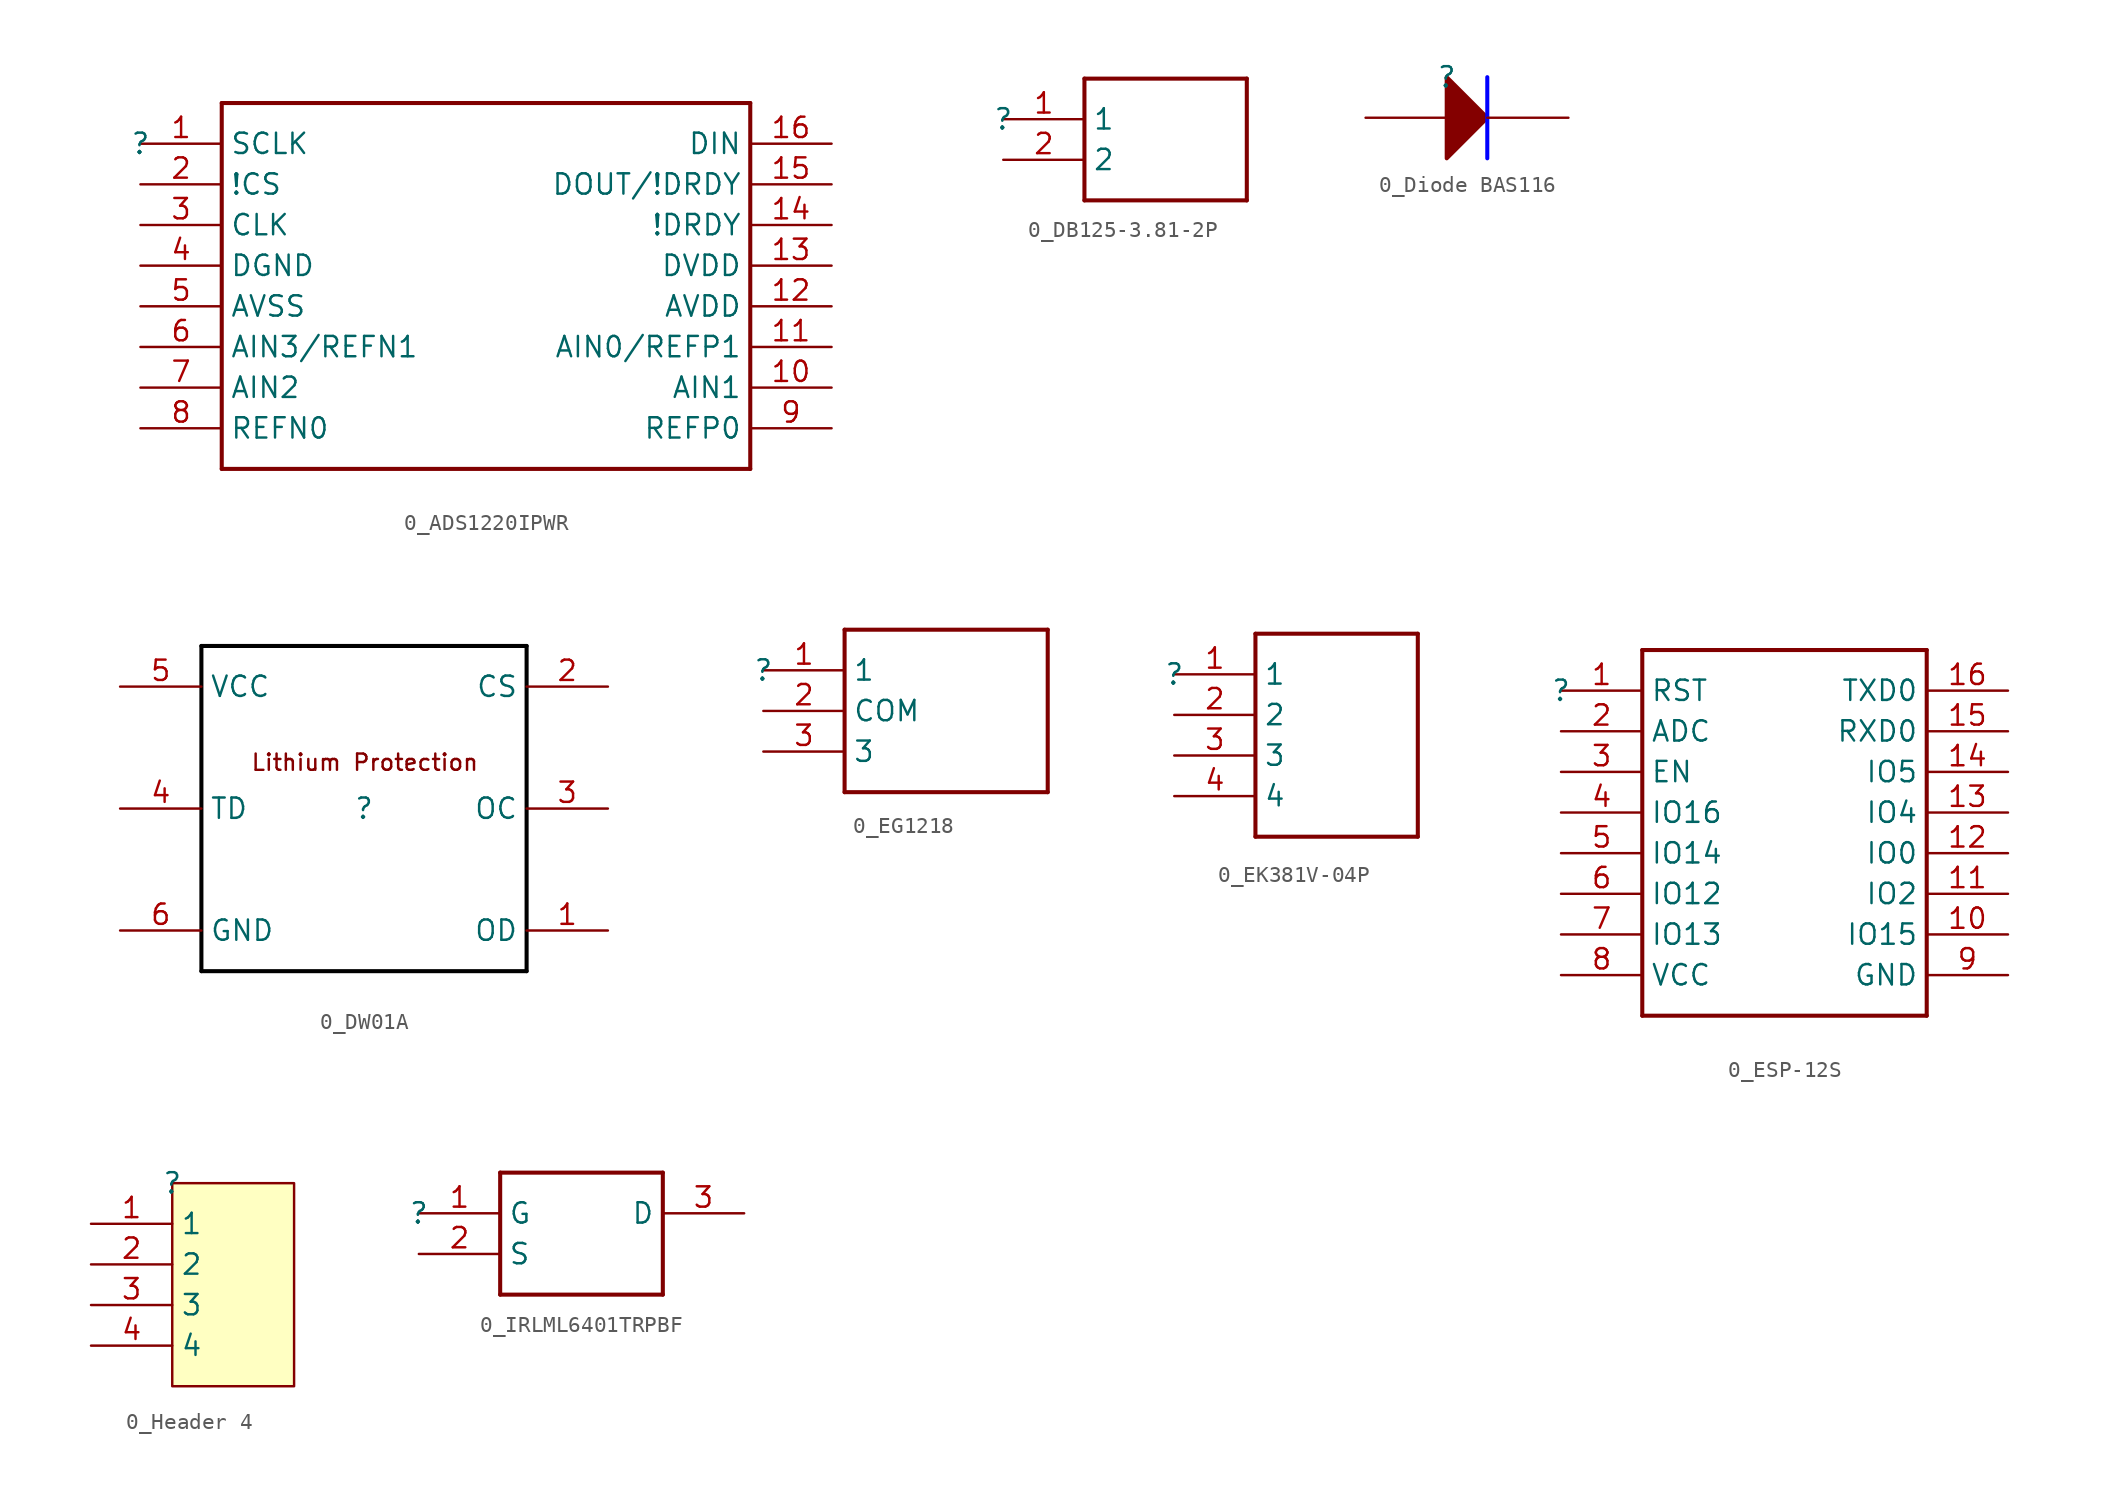
<source format=kicad_sym>
(kicad_symbol_lib
  (version 20220914)
  (generator kicad_symbol_editor)
  (symbol "0_ADS1220IPWR"
    (property "Reference" ""
      (at 0 0 0)
      (effects (font (size 1.27 1.27))))
    (property "Value" ""
      (at 0 0 0)
      (effects (font (size 1.27 1.27))))
    (symbol "0_ADS1220IPWR_1_0"
      (polyline (pts (xy 5.08 -20.32) (xy 5.08 2.54)) (stroke (width 0.254) (type solid) (color 128 0 0 1)) (fill (type none)))
      (polyline (pts (xy 5.08 -20.32) (xy 38.1 -20.32)) (stroke (width 0.254) (type solid) (color 128 0 0 1)) (fill (type none)))
      (polyline (pts (xy 38.1 2.54) (xy 5.08 2.54)) (stroke (width 0.254) (type solid) (color 128 0 0 1)) (fill (type none)))
      (polyline (pts (xy 38.1 2.54) (xy 38.1 -20.32)) (stroke (width 0.254) (type solid) (color 128 0 0 1)) (fill (type none)))
      (pin bidirectional line (at 0 0 0) (length 5.08) (name "SCLK" (effects (font (size 1.27 1.27)))) (number "1" (effects (font (size 1.27 1.27)))))
      (pin bidirectional line (at 43.18 -15.24 180) (length 5.08) (name "AIN1" (effects (font (size 1.27 1.27)))) (number "10" (effects (font (size 1.27 1.27)))))
      (pin bidirectional line (at 43.18 -12.7 180) (length 5.08) (name "AIN0/REFP1" (effects (font (size 1.27 1.27)))) (number "11" (effects (font (size 1.27 1.27)))))
      (pin bidirectional line (at 43.18 -10.16 180) (length 5.08) (name "AVDD" (effects (font (size 1.27 1.27)))) (number "12" (effects (font (size 1.27 1.27)))))
      (pin bidirectional line (at 43.18 -7.62 180) (length 5.08) (name "DVDD" (effects (font (size 1.27 1.27)))) (number "13" (effects (font (size 1.27 1.27)))))
      (pin bidirectional line (at 43.18 -5.08 180) (length 5.08) (name "!DRDY" (effects (font (size 1.27 1.27)))) (number "14" (effects (font (size 1.27 1.27)))))
      (pin bidirectional line (at 43.18 -2.54 180) (length 5.08) (name "DOUT/!DRDY" (effects (font (size 1.27 1.27)))) (number "15" (effects (font (size 1.27 1.27)))))
      (pin bidirectional line (at 43.18 0 180) (length 5.08) (name "DIN" (effects (font (size 1.27 1.27)))) (number "16" (effects (font (size 1.27 1.27)))))
      (pin bidirectional line (at 0 -2.54 0) (length 5.08) (name "!CS" (effects (font (size 1.27 1.27)))) (number "2" (effects (font (size 1.27 1.27)))))
      (pin bidirectional line (at 0 -5.08 0) (length 5.08) (name "CLK" (effects (font (size 1.27 1.27)))) (number "3" (effects (font (size 1.27 1.27)))))
      (pin bidirectional line (at 0 -7.62 0) (length 5.08) (name "DGND" (effects (font (size 1.27 1.27)))) (number "4" (effects (font (size 1.27 1.27)))))
      (pin bidirectional line (at 0 -10.16 0) (length 5.08) (name "AVSS" (effects (font (size 1.27 1.27)))) (number "5" (effects (font (size 1.27 1.27)))))
      (pin bidirectional line (at 0 -12.7 0) (length 5.08) (name "AIN3/REFN1" (effects (font (size 1.27 1.27)))) (number "6" (effects (font (size 1.27 1.27)))))
      (pin bidirectional line (at 0 -15.24 0) (length 5.08) (name "AIN2" (effects (font (size 1.27 1.27)))) (number "7" (effects (font (size 1.27 1.27)))))
      (pin bidirectional line (at 0 -17.78 0) (length 5.08) (name "REFN0" (effects (font (size 1.27 1.27)))) (number "8" (effects (font (size 1.27 1.27)))))
      (pin bidirectional line (at 43.18 -17.78 180) (length 5.08) (name "REFP0" (effects (font (size 1.27 1.27)))) (number "9" (effects (font (size 1.27 1.27)))))))
  (symbol "0_DB125-3.81-2P"
    (property "Reference" ""
      (at 0 0 0)
      (effects (font (size 1.27 1.27))))
    (property "Value" ""
      (at 0 0 0)
      (effects (font (size 1.27 1.27))))
    (symbol "0_DB125-3.81-2P_1_0"
      (polyline (pts (xy 5.08 -5.08) (xy 5.08 2.54)) (stroke (width 0.254) (type solid) (color 128 0 0 1)) (fill (type none)))
      (polyline (pts (xy 5.08 -5.08) (xy 15.24 -5.08)) (stroke (width 0.254) (type solid) (color 128 0 0 1)) (fill (type none)))
      (polyline (pts (xy 15.24 2.54) (xy 5.08 2.54)) (stroke (width 0.254) (type solid) (color 128 0 0 1)) (fill (type none)))
      (polyline (pts (xy 15.24 2.54) (xy 15.24 -5.08)) (stroke (width 0.254) (type solid) (color 128 0 0 1)) (fill (type none)))
      (pin bidirectional line (at 0 0 0) (length 5.08) (name "1" (effects (font (size 1.27 1.27)))) (number "1" (effects (font (size 1.27 1.27)))))
      (pin bidirectional line (at 0 -2.54 0) (length 5.08) (name "2" (effects (font (size 1.27 1.27)))) (number "2" (effects (font (size 1.27 1.27)))))))
  (symbol "0_Diode BAS116"
    (property "Reference" ""
      (at 0 0 0)
      (effects (font (size 1.27 1.27))))
    (property "Value" ""
      (at 0 0 0)
      (effects (font (size 1.27 1.27))))
    (symbol "0_Diode BAS116_1_0"
      (polyline (pts (xy 2.54 0) (xy 2.54 -5.08)) (stroke (width 0.254) (type solid) (color 0 0 255 1)) (fill (type none)))
      (polyline (pts (xy 0 -5.08) (xy 2.54 -2.54) (xy 0 0) (xy 0 -5.08)) (stroke (width 0.254) (type solid)) (fill (type outline)))
      (pin passive line (at -5.08 -2.54 0) (length 5.08) (name "A" (effects (font (size 0 0)))) (number "1" (effects (font (size 0 0)))))
      (pin passive line (at 7.62 -2.54 180) (length 5.08) (name "K" (effects (font (size 0 0)))) (number "3" (effects (font (size 0 0)))))))
  (symbol "0_DW01A"
    (property "Reference" ""
      (at 0 0 0)
      (effects (font (size 1.27 1.27))))
    (property "Value" ""
      (at 0 0 0)
      (effects (font (size 1.27 1.27))))
    (symbol "0_DW01A_1_0"
      (polyline (pts (xy -10.16 -10.16) (xy -10.16 10.16)) (stroke (width 0.254) (type solid) (color 0 0 0 1)) (fill (type none)))
      (polyline (pts (xy -10.16 10.16) (xy 10.16 10.16)) (stroke (width 0.254) (type solid) (color 0 0 0 1)) (fill (type none)))
      (polyline (pts (xy 10.16 -10.16) (xy -10.16 -10.16)) (stroke (width 0.254) (type solid) (color 0 0 0 1)) (fill (type none)))
      (polyline (pts (xy 10.16 10.16) (xy 10.16 -10.16)) (stroke (width 0.254) (type solid) (color 0 0 0 1)) (fill (type none)))
      (text "Lithium Protection" (at -7.112 2.29 0) (effects (font (size 1.016 1.016)) (justify left bottom)))
      (pin bidirectional line (at 15.24 -7.62 180) (length 5.08) (name "OD" (effects (font (size 1.27 1.27)))) (number "1" (effects (font (size 1.27 1.27)))))
      (pin bidirectional line (at 15.24 7.62 180) (length 5.08) (name "CS" (effects (font (size 1.27 1.27)))) (number "2" (effects (font (size 1.27 1.27)))))
      (pin bidirectional line (at 15.24 0 180) (length 5.08) (name "OC" (effects (font (size 1.27 1.27)))) (number "3" (effects (font (size 1.27 1.27)))))
      (pin bidirectional line (at -15.24 0 0) (length 5.08) (name "TD" (effects (font (size 1.27 1.27)))) (number "4" (effects (font (size 1.27 1.27)))))
      (pin power_in line (at -15.24 7.62 0) (length 5.08) (name "VCC" (effects (font (size 1.27 1.27)))) (number "5" (effects (font (size 1.27 1.27)))))
      (pin power_in line (at -15.24 -7.62 0) (length 5.08) (name "GND" (effects (font (size 1.27 1.27)))) (number "6" (effects (font (size 1.27 1.27)))))))
  (symbol "0_EG1218"
    (property "Reference" ""
      (at 0 0 0)
      (effects (font (size 1.27 1.27))))
    (property "Value" ""
      (at 0 0 0)
      (effects (font (size 1.27 1.27))))
    (symbol "0_EG1218_1_0"
      (polyline (pts (xy 5.08 -7.62) (xy 5.08 2.54)) (stroke (width 0.254) (type solid) (color 128 0 0 1)) (fill (type none)))
      (polyline (pts (xy 5.08 -7.62) (xy 17.78 -7.62)) (stroke (width 0.254) (type solid) (color 128 0 0 1)) (fill (type none)))
      (polyline (pts (xy 17.78 2.54) (xy 5.08 2.54)) (stroke (width 0.254) (type solid) (color 128 0 0 1)) (fill (type none)))
      (polyline (pts (xy 17.78 2.54) (xy 17.78 -7.62)) (stroke (width 0.254) (type solid) (color 128 0 0 1)) (fill (type none)))
      (pin bidirectional line (at 0 0 0) (length 5.08) (name "1" (effects (font (size 1.27 1.27)))) (number "1" (effects (font (size 1.27 1.27)))))
      (pin bidirectional line (at 0 -2.54 0) (length 5.08) (name "COM" (effects (font (size 1.27 1.27)))) (number "2" (effects (font (size 1.27 1.27)))))
      (pin bidirectional line (at 0 -5.08 0) (length 5.08) (name "3" (effects (font (size 1.27 1.27)))) (number "3" (effects (font (size 1.27 1.27)))))))
  (symbol "0_EK381V-04P"
    (property "Reference" ""
      (at 0 0 0)
      (effects (font (size 1.27 1.27))))
    (property "Value" ""
      (at 0 0 0)
      (effects (font (size 1.27 1.27))))
    (symbol "0_EK381V-04P_1_0"
      (polyline (pts (xy 5.08 -10.16) (xy 5.08 2.54)) (stroke (width 0.254) (type solid) (color 128 0 0 1)) (fill (type none)))
      (polyline (pts (xy 5.08 -10.16) (xy 15.24 -10.16)) (stroke (width 0.254) (type solid) (color 128 0 0 1)) (fill (type none)))
      (polyline (pts (xy 15.24 2.54) (xy 5.08 2.54)) (stroke (width 0.254) (type solid) (color 128 0 0 1)) (fill (type none)))
      (polyline (pts (xy 15.24 2.54) (xy 15.24 -10.16)) (stroke (width 0.254) (type solid) (color 128 0 0 1)) (fill (type none)))
      (pin input line (at 0 0 0) (length 5.08) (name "1" (effects (font (size 1.27 1.27)))) (number "1" (effects (font (size 1.27 1.27)))))
      (pin bidirectional line (at 0 -2.54 0) (length 5.08) (name "2" (effects (font (size 1.27 1.27)))) (number "2" (effects (font (size 1.27 1.27)))))
      (pin bidirectional line (at 0 -5.08 0) (length 5.08) (name "3" (effects (font (size 1.27 1.27)))) (number "3" (effects (font (size 1.27 1.27)))))
      (pin bidirectional line (at 0 -7.62 0) (length 5.08) (name "4" (effects (font (size 1.27 1.27)))) (number "4" (effects (font (size 1.27 1.27)))))))
  (symbol "0_ESP-12S"
    (property "Reference" ""
      (at 0 0 0)
      (effects (font (size 1.27 1.27))))
    (property "Value" ""
      (at 0 0 0)
      (effects (font (size 1.27 1.27))))
    (symbol "0_ESP-12S_1_0"
      (polyline (pts (xy 5.08 -20.32) (xy 5.08 2.54)) (stroke (width 0.254) (type solid) (color 128 0 0 1)) (fill (type none)))
      (polyline (pts (xy 5.08 -20.32) (xy 22.86 -20.32)) (stroke (width 0.254) (type solid) (color 128 0 0 1)) (fill (type none)))
      (polyline (pts (xy 22.86 2.54) (xy 5.08 2.54)) (stroke (width 0.254) (type solid) (color 128 0 0 1)) (fill (type none)))
      (polyline (pts (xy 22.86 2.54) (xy 22.86 -20.32)) (stroke (width 0.254) (type solid) (color 128 0 0 1)) (fill (type none)))
      (pin bidirectional line (at 0 0 0) (length 5.08) (name "RST" (effects (font (size 1.27 1.27)))) (number "1" (effects (font (size 1.27 1.27)))))
      (pin bidirectional line (at 27.94 -15.24 180) (length 5.08) (name "IO15" (effects (font (size 1.27 1.27)))) (number "10" (effects (font (size 1.27 1.27)))))
      (pin bidirectional line (at 27.94 -12.7 180) (length 5.08) (name "IO2" (effects (font (size 1.27 1.27)))) (number "11" (effects (font (size 1.27 1.27)))))
      (pin bidirectional line (at 27.94 -10.16 180) (length 5.08) (name "IO0" (effects (font (size 1.27 1.27)))) (number "12" (effects (font (size 1.27 1.27)))))
      (pin bidirectional line (at 27.94 -7.62 180) (length 5.08) (name "IO4" (effects (font (size 1.27 1.27)))) (number "13" (effects (font (size 1.27 1.27)))))
      (pin bidirectional line (at 27.94 -5.08 180) (length 5.08) (name "IO5" (effects (font (size 1.27 1.27)))) (number "14" (effects (font (size 1.27 1.27)))))
      (pin bidirectional line (at 27.94 -2.54 180) (length 5.08) (name "RXD0" (effects (font (size 1.27 1.27)))) (number "15" (effects (font (size 1.27 1.27)))))
      (pin bidirectional line (at 27.94 0 180) (length 5.08) (name "TXD0" (effects (font (size 1.27 1.27)))) (number "16" (effects (font (size 1.27 1.27)))))
      (pin bidirectional line (at 0 -2.54 0) (length 5.08) (name "ADC" (effects (font (size 1.27 1.27)))) (number "2" (effects (font (size 1.27 1.27)))))
      (pin bidirectional line (at 0 -5.08 0) (length 5.08) (name "EN" (effects (font (size 1.27 1.27)))) (number "3" (effects (font (size 1.27 1.27)))))
      (pin bidirectional line (at 0 -7.62 0) (length 5.08) (name "IO16" (effects (font (size 1.27 1.27)))) (number "4" (effects (font (size 1.27 1.27)))))
      (pin bidirectional line (at 0 -10.16 0) (length 5.08) (name "IO14" (effects (font (size 1.27 1.27)))) (number "5" (effects (font (size 1.27 1.27)))))
      (pin bidirectional line (at 0 -12.7 0) (length 5.08) (name "IO12" (effects (font (size 1.27 1.27)))) (number "6" (effects (font (size 1.27 1.27)))))
      (pin bidirectional line (at 0 -15.24 0) (length 5.08) (name "IO13" (effects (font (size 1.27 1.27)))) (number "7" (effects (font (size 1.27 1.27)))))
      (pin bidirectional line (at 0 -17.78 0) (length 5.08) (name "VCC" (effects (font (size 1.27 1.27)))) (number "8" (effects (font (size 1.27 1.27)))))
      (pin bidirectional line (at 27.94 -17.78 180) (length 5.08) (name "GND" (effects (font (size 1.27 1.27)))) (number "9" (effects (font (size 1.27 1.27)))))))
  (symbol "0_Header 4"
    (property "Reference" ""
      (at 0 0 0)
      (effects (font (size 1.27 1.27))))
    (property "Value" ""
      (at 0 0 0)
      (effects (font (size 1.27 1.27))))
    (symbol "0_Header 4_1_0"
      (rectangle (start 7.62 0) (end 0 -12.7) (stroke (width 0) (type solid)) (fill (type background)))
      (pin power_in line (at -5.08 -2.54 0) (length 5.08) (name "1" (effects (font (size 1.27 1.27)))) (number "1" (effects (font (size 1.27 1.27)))))
      (pin passive line (at -5.08 -5.08 0) (length 5.08) (name "2" (effects (font (size 1.27 1.27)))) (number "2" (effects (font (size 1.27 1.27)))))
      (pin passive line (at -5.08 -7.62 0) (length 5.08) (name "3" (effects (font (size 1.27 1.27)))) (number "3" (effects (font (size 1.27 1.27)))))
      (pin power_in line (at -5.08 -10.16 0) (length 5.08) (name "4" (effects (font (size 1.27 1.27)))) (number "4" (effects (font (size 1.27 1.27)))))))
  (symbol "0_IRLML6401TRPBF"
    (property "Reference" ""
      (at 0 0 0)
      (effects (font (size 1.27 1.27))))
    (property "Value" ""
      (at 0 0 0)
      (effects (font (size 1.27 1.27))))
    (symbol "0_IRLML6401TRPBF_1_0"
      (polyline (pts (xy 5.08 -5.08) (xy 5.08 2.54)) (stroke (width 0.254) (type solid) (color 128 0 0 1)) (fill (type none)))
      (polyline (pts (xy 5.08 -5.08) (xy 15.24 -5.08)) (stroke (width 0.254) (type solid) (color 128 0 0 1)) (fill (type none)))
      (polyline (pts (xy 15.24 2.54) (xy 5.08 2.54)) (stroke (width 0.254) (type solid) (color 128 0 0 1)) (fill (type none)))
      (polyline (pts (xy 15.24 2.54) (xy 15.24 -5.08)) (stroke (width 0.254) (type solid) (color 128 0 0 1)) (fill (type none)))
      (pin bidirectional line (at 0 0 0) (length 5.08) (name "G" (effects (font (size 1.27 1.27)))) (number "1" (effects (font (size 1.27 1.27)))))
      (pin bidirectional line (at 0 -2.54 0) (length 5.08) (name "S" (effects (font (size 1.27 1.27)))) (number "2" (effects (font (size 1.27 1.27)))))
      (pin bidirectional line (at 20.32 0 180) (length 5.08) (name "D" (effects (font (size 1.27 1.27)))) (number "3" (effects (font (size 1.27 1.27))))))))
</source>
